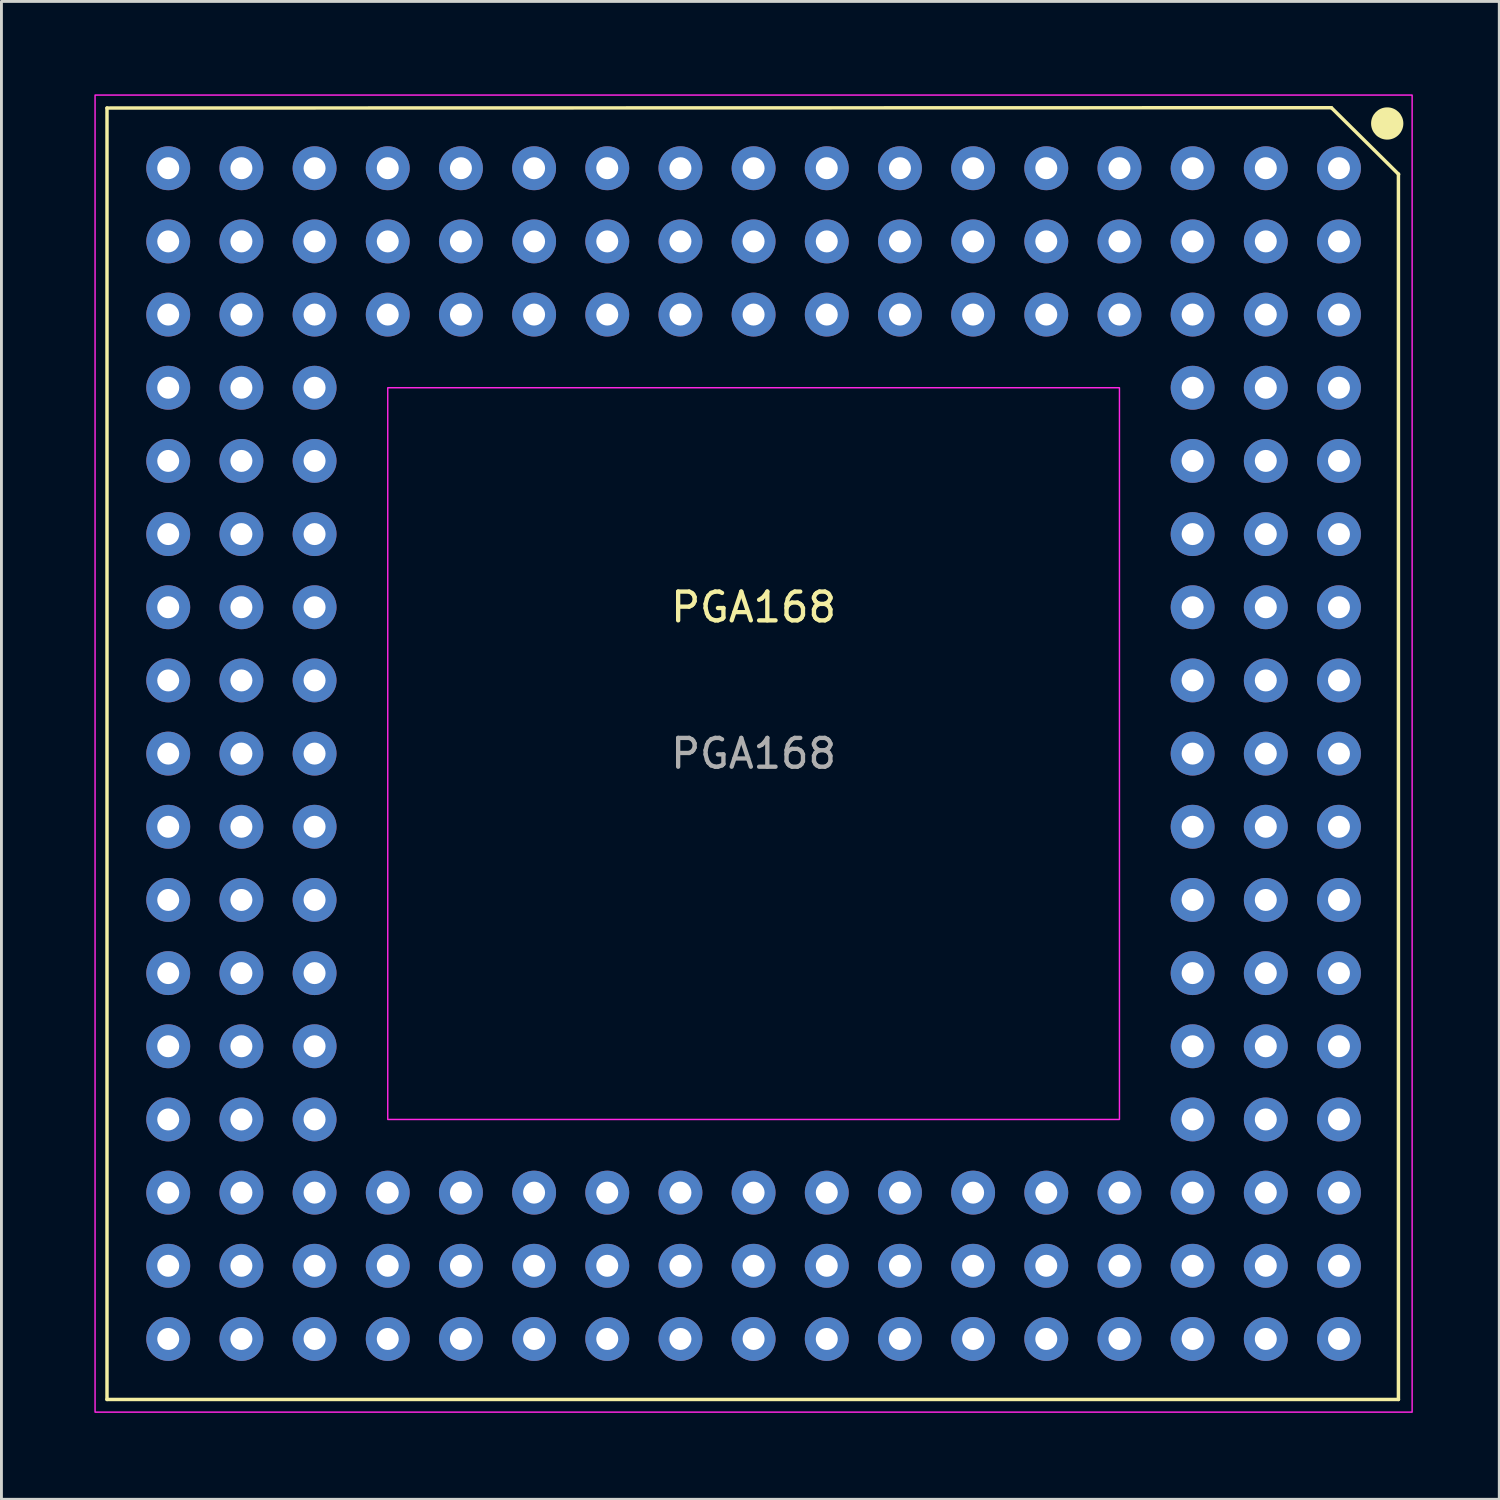
<source format=kicad_pcb>
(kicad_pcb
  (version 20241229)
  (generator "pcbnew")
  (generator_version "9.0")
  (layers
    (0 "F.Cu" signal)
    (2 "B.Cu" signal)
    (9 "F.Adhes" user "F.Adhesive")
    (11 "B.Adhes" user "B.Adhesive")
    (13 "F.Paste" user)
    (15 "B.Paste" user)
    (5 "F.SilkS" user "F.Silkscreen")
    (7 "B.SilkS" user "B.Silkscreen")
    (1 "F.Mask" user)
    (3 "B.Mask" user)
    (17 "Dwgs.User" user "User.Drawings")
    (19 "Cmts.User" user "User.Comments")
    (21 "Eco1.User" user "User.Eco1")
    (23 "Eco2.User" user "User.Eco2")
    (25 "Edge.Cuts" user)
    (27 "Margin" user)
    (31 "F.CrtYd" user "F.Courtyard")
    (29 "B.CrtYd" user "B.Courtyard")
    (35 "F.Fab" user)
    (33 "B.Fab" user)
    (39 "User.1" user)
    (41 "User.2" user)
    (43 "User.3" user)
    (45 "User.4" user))
  (footprint "PGA168"
    (layer "F.Cu")
    (at 0.25 0.25)
    (property "Reference" "PGA168" (at 22.86 17.78 0) (unlocked yes) (layer "F.SilkS") (effects (font (size 1 1) (thickness 0.15))))
    (attr through_hole)
    (fp_line (start 0.414 0.45) (end 0.414 45.28) (stroke (width 0.12) (type default)) (layer "F.SilkS"))
    (fp_line (start 0.414 45.28) (end 45.244 45.28) (stroke (width 0.12) (type default)) (layer "F.SilkS"))
    (fp_line (start 42.917 0.439) (end 0.414 0.45) (stroke (width 0.12) (type default)) (layer "F.SilkS"))
    (fp_line (start 45.244 45.28) (end 45.244 2.74) (stroke (width 0.12) (type default)) (layer "F.SilkS"))
    (fp_line (start 45.251 2.75) (end 42.917 0.439) (stroke (width 0.12) (type default)) (layer "F.SilkS"))
    (fp_circle (center 44.855 0.987) (end 45.355 0.987) (stroke (width 0.12) (type solid)) (fill yes) (layer "F.SilkS"))
    (fp_rect (start 0 0) (end 45.72 45.72) (stroke (width 0.05) (type default)) (fill no) (layer "F.CrtYd"))
    (fp_rect (start 10.16 10.16) (end 35.56 35.56) (stroke (width 0.05) (type default)) (fill no) (layer "F.CrtYd"))
    (fp_text user "${REFERENCE}" (at 22.86 22.86 0) (unlocked yes) (layer "F.Fab") (effects (font (size 1 1) (thickness 0.15))))
    (pad "A1" thru_hole circle (at 43.18 2.54) (size 1.524 1.524) (drill 0.762) (layers "*.Cu" "*.Mask"))
    (pad "A2" thru_hole circle (at 43.18 5.08) (size 1.524 1.524) (drill 0.762) (layers "*.Cu" "*.Mask"))
    (pad "A3" thru_hole circle (at 43.18 7.62) (size 1.524 1.524) (drill 0.762) (layers "*.Cu" "*.Mask"))
    (pad "A4" thru_hole circle (at 43.18 10.16) (size 1.524 1.524) (drill 0.762) (layers "*.Cu" "*.Mask"))
    (pad "A5" thru_hole circle (at 43.18 12.7) (size 1.524 1.524) (drill 0.762) (layers "*.Cu" "*.Mask"))
    (pad "A6" thru_hole circle (at 43.18 15.24) (size 1.524 1.524) (drill 0.762) (layers "*.Cu" "*.Mask"))
    (pad "A7" thru_hole circle (at 43.18 17.78) (size 1.524 1.524) (drill 0.762) (layers "*.Cu" "*.Mask"))
    (pad "A8" thru_hole circle (at 43.18 20.32) (size 1.524 1.524) (drill 0.762) (layers "*.Cu" "*.Mask"))
    (pad "A9" thru_hole circle (at 43.18 22.86) (size 1.524 1.524) (drill 0.762) (layers "*.Cu" "*.Mask"))
    (pad "A10" thru_hole circle (at 43.18 25.4) (size 1.524 1.524) (drill 0.762) (layers "*.Cu" "*.Mask"))
    (pad "A11" thru_hole circle (at 43.18 27.94) (size 1.524 1.524) (drill 0.762) (layers "*.Cu" "*.Mask"))
    (pad "A12" thru_hole circle (at 43.18 30.48) (size 1.524 1.524) (drill 0.762) (layers "*.Cu" "*.Mask"))
    (pad "A13" thru_hole circle (at 43.18 33.02) (size 1.524 1.524) (drill 0.762) (layers "*.Cu" "*.Mask"))
    (pad "A14" thru_hole circle (at 43.18 35.56) (size 1.524 1.524) (drill 0.762) (layers "*.Cu" "*.Mask"))
    (pad "A15" thru_hole circle (at 43.18 38.1) (size 1.524 1.524) (drill 0.762) (layers "*.Cu" "*.Mask"))
    (pad "A16" thru_hole circle (at 43.18 40.64) (size 1.524 1.524) (drill 0.762) (layers "*.Cu" "*.Mask"))
    (pad "A17" thru_hole circle (at 43.18 43.18) (size 1.524 1.524) (drill 0.762) (layers "*.Cu" "*.Mask"))
    (pad "B1" thru_hole circle (at 40.64 2.54) (size 1.524 1.524) (drill 0.762) (layers "*.Cu" "*.Mask"))
    (pad "B2" thru_hole circle (at 40.64 5.08) (size 1.524 1.524) (drill 0.762) (layers "*.Cu" "*.Mask"))
    (pad "B3" thru_hole circle (at 40.64 7.62) (size 1.524 1.524) (drill 0.762) (layers "*.Cu" "*.Mask"))
    (pad "B4" thru_hole circle (at 40.64 10.16) (size 1.524 1.524) (drill 0.762) (layers "*.Cu" "*.Mask"))
    (pad "B5" thru_hole circle (at 40.64 12.7) (size 1.524 1.524) (drill 0.762) (layers "*.Cu" "*.Mask"))
    (pad "B6" thru_hole circle (at 40.64 15.24) (size 1.524 1.524) (drill 0.762) (layers "*.Cu" "*.Mask"))
    (pad "B7" thru_hole circle (at 40.64 17.78) (size 1.524 1.524) (drill 0.762) (layers "*.Cu" "*.Mask"))
    (pad "B8" thru_hole circle (at 40.64 20.32) (size 1.524 1.524) (drill 0.762) (layers "*.Cu" "*.Mask"))
    (pad "B9" thru_hole circle (at 40.64 22.86) (size 1.524 1.524) (drill 0.762) (layers "*.Cu" "*.Mask"))
    (pad "B10" thru_hole circle (at 40.64 25.4) (size 1.524 1.524) (drill 0.762) (layers "*.Cu" "*.Mask"))
    (pad "B11" thru_hole circle (at 40.64 27.94) (size 1.524 1.524) (drill 0.762) (layers "*.Cu" "*.Mask"))
    (pad "B12" thru_hole circle (at 40.64 30.48) (size 1.524 1.524) (drill 0.762) (layers "*.Cu" "*.Mask"))
    (pad "B13" thru_hole circle (at 40.64 33.02) (size 1.524 1.524) (drill 0.762) (layers "*.Cu" "*.Mask"))
    (pad "B14" thru_hole circle (at 40.64 35.56) (size 1.524 1.524) (drill 0.762) (layers "*.Cu" "*.Mask"))
    (pad "B15" thru_hole circle (at 40.64 38.1) (size 1.524 1.524) (drill 0.762) (layers "*.Cu" "*.Mask"))
    (pad "B16" thru_hole circle (at 40.64 40.64) (size 1.524 1.524) (drill 0.762) (layers "*.Cu" "*.Mask"))
    (pad "B17" thru_hole circle (at 40.64 43.18) (size 1.524 1.524) (drill 0.762) (layers "*.Cu" "*.Mask"))
    (pad "C1" thru_hole circle (at 38.1 2.54) (size 1.524 1.524) (drill 0.762) (layers "*.Cu" "*.Mask"))
    (pad "C2" thru_hole circle (at 38.1 5.08) (size 1.524 1.524) (drill 0.762) (layers "*.Cu" "*.Mask"))
    (pad "C3" thru_hole circle (at 38.1 7.62) (size 1.524 1.524) (drill 0.762) (layers "*.Cu" "*.Mask"))
    (pad "C4" thru_hole circle (at 38.1 10.16) (size 1.524 1.524) (drill 0.762) (layers "*.Cu" "*.Mask"))
    (pad "C5" thru_hole circle (at 38.1 12.7) (size 1.524 1.524) (drill 0.762) (layers "*.Cu" "*.Mask"))
    (pad "C6" thru_hole circle (at 38.1 15.24) (size 1.524 1.524) (drill 0.762) (layers "*.Cu" "*.Mask"))
    (pad "C7" thru_hole circle (at 38.1 17.78) (size 1.524 1.524) (drill 0.762) (layers "*.Cu" "*.Mask"))
    (pad "C8" thru_hole circle (at 38.1 20.32) (size 1.524 1.524) (drill 0.762) (layers "*.Cu" "*.Mask"))
    (pad "C9" thru_hole circle (at 38.1 22.86) (size 1.524 1.524) (drill 0.762) (layers "*.Cu" "*.Mask"))
    (pad "C10" thru_hole circle (at 38.1 25.4) (size 1.524 1.524) (drill 0.762) (layers "*.Cu" "*.Mask"))
    (pad "C11" thru_hole circle (at 38.1 27.94) (size 1.524 1.524) (drill 0.762) (layers "*.Cu" "*.Mask"))
    (pad "C12" thru_hole circle (at 38.1 30.48) (size 1.524 1.524) (drill 0.762) (layers "*.Cu" "*.Mask"))
    (pad "C13" thru_hole circle (at 38.1 33.02) (size 1.524 1.524) (drill 0.762) (layers "*.Cu" "*.Mask"))
    (pad "C14" thru_hole circle (at 38.1 35.56) (size 1.524 1.524) (drill 0.762) (layers "*.Cu" "*.Mask"))
    (pad "C15" thru_hole circle (at 38.1 38.1) (size 1.524 1.524) (drill 0.762) (layers "*.Cu" "*.Mask"))
    (pad "C16" thru_hole circle (at 38.1 40.64) (size 1.524 1.524) (drill 0.762) (layers "*.Cu" "*.Mask"))
    (pad "C17" thru_hole circle (at 38.1 43.18) (size 1.524 1.524) (drill 0.762) (layers "*.Cu" "*.Mask"))
    (pad "D1" thru_hole circle (at 35.56 2.54) (size 1.524 1.524) (drill 0.762) (layers "*.Cu" "*.Mask"))
    (pad "D2" thru_hole circle (at 35.56 5.08) (size 1.524 1.524) (drill 0.762) (layers "*.Cu" "*.Mask"))
    (pad "D3" thru_hole circle (at 35.56 7.62) (size 1.524 1.524) (drill 0.762) (layers "*.Cu" "*.Mask"))
    (pad "D15" thru_hole circle (at 35.56 38.1) (size 1.524 1.524) (drill 0.762) (layers "*.Cu" "*.Mask"))
    (pad "D16" thru_hole circle (at 35.56 40.64) (size 1.524 1.524) (drill 0.762) (layers "*.Cu" "*.Mask"))
    (pad "D17" thru_hole circle (at 35.56 43.18) (size 1.524 1.524) (drill 0.762) (layers "*.Cu" "*.Mask"))
    (pad "E1" thru_hole circle (at 33.02 2.54) (size 1.524 1.524) (drill 0.762) (layers "*.Cu" "*.Mask"))
    (pad "E2" thru_hole circle (at 33.02 5.08) (size 1.524 1.524) (drill 0.762) (layers "*.Cu" "*.Mask"))
    (pad "E3" thru_hole circle (at 33.02 7.62) (size 1.524 1.524) (drill 0.762) (layers "*.Cu" "*.Mask"))
    (pad "E15" thru_hole circle (at 33.02 38.1) (size 1.524 1.524) (drill 0.762) (layers "*.Cu" "*.Mask"))
    (pad "E16" thru_hole circle (at 33.02 40.64) (size 1.524 1.524) (drill 0.762) (layers "*.Cu" "*.Mask"))
    (pad "E17" thru_hole circle (at 33.02 43.18) (size 1.524 1.524) (drill 0.762) (layers "*.Cu" "*.Mask"))
    (pad "F1" thru_hole circle (at 30.48 2.54) (size 1.524 1.524) (drill 0.762) (layers "*.Cu" "*.Mask"))
    (pad "F2" thru_hole circle (at 30.48 5.08) (size 1.524 1.524) (drill 0.762) (layers "*.Cu" "*.Mask"))
    (pad "F3" thru_hole circle (at 30.48 7.62) (size 1.524 1.524) (drill 0.762) (layers "*.Cu" "*.Mask"))
    (pad "F15" thru_hole circle (at 30.48 38.1) (size 1.524 1.524) (drill 0.762) (layers "*.Cu" "*.Mask"))
    (pad "F16" thru_hole circle (at 30.48 40.64) (size 1.524 1.524) (drill 0.762) (layers "*.Cu" "*.Mask"))
    (pad "F17" thru_hole circle (at 30.48 43.18) (size 1.524 1.524) (drill 0.762) (layers "*.Cu" "*.Mask"))
    (pad "G1" thru_hole circle (at 27.94 2.54) (size 1.524 1.524) (drill 0.762) (layers "*.Cu" "*.Mask"))
    (pad "G2" thru_hole circle (at 27.94 5.08) (size 1.524 1.524) (drill 0.762) (layers "*.Cu" "*.Mask"))
    (pad "G3" thru_hole circle (at 27.94 7.62) (size 1.524 1.524) (drill 0.762) (layers "*.Cu" "*.Mask"))
    (pad "G15" thru_hole circle (at 27.94 38.1) (size 1.524 1.524) (drill 0.762) (layers "*.Cu" "*.Mask"))
    (pad "G16" thru_hole circle (at 27.94 40.64) (size 1.524 1.524) (drill 0.762) (layers "*.Cu" "*.Mask"))
    (pad "G17" thru_hole circle (at 27.94 43.18) (size 1.524 1.524) (drill 0.762) (layers "*.Cu" "*.Mask"))
    (pad "H1" thru_hole circle (at 25.4 2.54) (size 1.524 1.524) (drill 0.762) (layers "*.Cu" "*.Mask"))
    (pad "H2" thru_hole circle (at 25.4 5.08) (size 1.524 1.524) (drill 0.762) (layers "*.Cu" "*.Mask"))
    (pad "H3" thru_hole circle (at 25.4 7.62) (size 1.524 1.524) (drill 0.762) (layers "*.Cu" "*.Mask"))
    (pad "H15" thru_hole circle (at 25.4 38.1) (size 1.524 1.524) (drill 0.762) (layers "*.Cu" "*.Mask"))
    (pad "H16" thru_hole circle (at 25.4 40.64) (size 1.524 1.524) (drill 0.762) (layers "*.Cu" "*.Mask"))
    (pad "H17" thru_hole circle (at 25.4 43.18) (size 1.524 1.524) (drill 0.762) (layers "*.Cu" "*.Mask"))
    (pad "J1" thru_hole circle (at 22.86 2.54) (size 1.524 1.524) (drill 0.762) (layers "*.Cu" "*.Mask"))
    (pad "J2" thru_hole circle (at 22.86 5.08) (size 1.524 1.524) (drill 0.762) (layers "*.Cu" "*.Mask"))
    (pad "J3" thru_hole circle (at 22.86 7.62) (size 1.524 1.524) (drill 0.762) (layers "*.Cu" "*.Mask"))
    (pad "J15" thru_hole circle (at 22.86 38.1) (size 1.524 1.524) (drill 0.762) (layers "*.Cu" "*.Mask"))
    (pad "J16" thru_hole circle (at 22.86 40.64) (size 1.524 1.524) (drill 0.762) (layers "*.Cu" "*.Mask"))
    (pad "J17" thru_hole circle (at 22.86 43.18) (size 1.524 1.524) (drill 0.762) (layers "*.Cu" "*.Mask"))
    (pad "K1" thru_hole circle (at 20.32 2.54) (size 1.524 1.524) (drill 0.762) (layers "*.Cu" "*.Mask"))
    (pad "K2" thru_hole circle (at 20.32 5.08) (size 1.524 1.524) (drill 0.762) (layers "*.Cu" "*.Mask"))
    (pad "K3" thru_hole circle (at 20.32 7.62) (size 1.524 1.524) (drill 0.762) (layers "*.Cu" "*.Mask"))
    (pad "K15" thru_hole circle (at 20.32 38.1) (size 1.524 1.524) (drill 0.762) (layers "*.Cu" "*.Mask"))
    (pad "K16" thru_hole circle (at 20.32 40.64) (size 1.524 1.524) (drill 0.762) (layers "*.Cu" "*.Mask"))
    (pad "K17" thru_hole circle (at 20.32 43.18) (size 1.524 1.524) (drill 0.762) (layers "*.Cu" "*.Mask"))
    (pad "L1" thru_hole circle (at 17.78 2.54) (size 1.524 1.524) (drill 0.762) (layers "*.Cu" "*.Mask"))
    (pad "L2" thru_hole circle (at 17.78 5.08) (size 1.524 1.524) (drill 0.762) (layers "*.Cu" "*.Mask"))
    (pad "L3" thru_hole circle (at 17.78 7.62) (size 1.524 1.524) (drill 0.762) (layers "*.Cu" "*.Mask"))
    (pad "L15" thru_hole circle (at 17.78 38.1) (size 1.524 1.524) (drill 0.762) (layers "*.Cu" "*.Mask"))
    (pad "L16" thru_hole circle (at 17.78 40.64) (size 1.524 1.524) (drill 0.762) (layers "*.Cu" "*.Mask"))
    (pad "L17" thru_hole circle (at 17.78 43.18) (size 1.524 1.524) (drill 0.762) (layers "*.Cu" "*.Mask"))
    (pad "M1" thru_hole circle (at 15.24 2.54) (size 1.524 1.524) (drill 0.762) (layers "*.Cu" "*.Mask"))
    (pad "M2" thru_hole circle (at 15.24 5.08) (size 1.524 1.524) (drill 0.762) (layers "*.Cu" "*.Mask"))
    (pad "M3" thru_hole circle (at 15.24 7.62) (size 1.524 1.524) (drill 0.762) (layers "*.Cu" "*.Mask"))
    (pad "M15" thru_hole circle (at 15.24 38.1) (size 1.524 1.524) (drill 0.762) (layers "*.Cu" "*.Mask"))
    (pad "M16" thru_hole circle (at 15.24 40.64) (size 1.524 1.524) (drill 0.762) (layers "*.Cu" "*.Mask"))
    (pad "M17" thru_hole circle (at 15.24 43.18) (size 1.524 1.524) (drill 0.762) (layers "*.Cu" "*.Mask"))
    (pad "N1" thru_hole circle (at 12.7 2.54) (size 1.524 1.524) (drill 0.762) (layers "*.Cu" "*.Mask"))
    (pad "N2" thru_hole circle (at 12.7 5.08) (size 1.524 1.524) (drill 0.762) (layers "*.Cu" "*.Mask"))
    (pad "N3" thru_hole circle (at 12.7 7.62) (size 1.524 1.524) (drill 0.762) (layers "*.Cu" "*.Mask"))
    (pad "N15" thru_hole circle (at 12.7 38.1) (size 1.524 1.524) (drill 0.762) (layers "*.Cu" "*.Mask"))
    (pad "N16" thru_hole circle (at 12.7 40.64) (size 1.524 1.524) (drill 0.762) (layers "*.Cu" "*.Mask"))
    (pad "N17" thru_hole circle (at 12.7 43.18) (size 1.524 1.524) (drill 0.762) (layers "*.Cu" "*.Mask"))
    (pad "P1" thru_hole circle (at 10.16 2.54) (size 1.524 1.524) (drill 0.762) (layers "*.Cu" "*.Mask"))
    (pad "P2" thru_hole circle (at 10.16 5.08) (size 1.524 1.524) (drill 0.762) (layers "*.Cu" "*.Mask"))
    (pad "P3" thru_hole circle (at 10.16 7.62) (size 1.524 1.524) (drill 0.762) (layers "*.Cu" "*.Mask"))
    (pad "P15" thru_hole circle (at 10.16 38.1) (size 1.524 1.524) (drill 0.762) (layers "*.Cu" "*.Mask"))
    (pad "P16" thru_hole circle (at 10.16 40.64) (size 1.524 1.524) (drill 0.762) (layers "*.Cu" "*.Mask"))
    (pad "P17" thru_hole circle (at 10.16 43.18) (size 1.524 1.524) (drill 0.762) (layers "*.Cu" "*.Mask"))
    (pad "Q1" thru_hole circle (at 7.62 2.54) (size 1.524 1.524) (drill 0.762) (layers "*.Cu" "*.Mask"))
    (pad "Q2" thru_hole circle (at 7.62 5.08) (size 1.524 1.524) (drill 0.762) (layers "*.Cu" "*.Mask"))
    (pad "Q3" thru_hole circle (at 7.62 7.62) (size 1.524 1.524) (drill 0.762) (layers "*.Cu" "*.Mask"))
    (pad "Q4" thru_hole circle (at 7.62 10.16) (size 1.524 1.524) (drill 0.762) (layers "*.Cu" "*.Mask"))
    (pad "Q5" thru_hole circle (at 7.62 12.7) (size 1.524 1.524) (drill 0.762) (layers "*.Cu" "*.Mask"))
    (pad "Q6" thru_hole circle (at 7.62 15.24) (size 1.524 1.524) (drill 0.762) (layers "*.Cu" "*.Mask"))
    (pad "Q7" thru_hole circle (at 7.62 17.78) (size 1.524 1.524) (drill 0.762) (layers "*.Cu" "*.Mask"))
    (pad "Q8" thru_hole circle (at 7.62 20.32) (size 1.524 1.524) (drill 0.762) (layers "*.Cu" "*.Mask"))
    (pad "Q9" thru_hole circle (at 7.62 22.86) (size 1.524 1.524) (drill 0.762) (layers "*.Cu" "*.Mask"))
    (pad "Q10" thru_hole circle (at 7.62 25.4) (size 1.524 1.524) (drill 0.762) (layers "*.Cu" "*.Mask"))
    (pad "Q11" thru_hole circle (at 7.62 27.94) (size 1.524 1.524) (drill 0.762) (layers "*.Cu" "*.Mask"))
    (pad "Q12" thru_hole circle (at 7.62 30.48) (size 1.524 1.524) (drill 0.762) (layers "*.Cu" "*.Mask"))
    (pad "Q13" thru_hole circle (at 7.62 33.02) (size 1.524 1.524) (drill 0.762) (layers "*.Cu" "*.Mask"))
    (pad "Q14" thru_hole circle (at 7.62 35.56) (size 1.524 1.524) (drill 0.762) (layers "*.Cu" "*.Mask"))
    (pad "Q15" thru_hole circle (at 7.62 38.1) (size 1.524 1.524) (drill 0.762) (layers "*.Cu" "*.Mask"))
    (pad "Q16" thru_hole circle (at 7.62 40.64) (size 1.524 1.524) (drill 0.762) (layers "*.Cu" "*.Mask"))
    (pad "Q17" thru_hole circle (at 7.62 43.18) (size 1.524 1.524) (drill 0.762) (layers "*.Cu" "*.Mask"))
    (pad "R1" thru_hole circle (at 5.08 2.54) (size 1.524 1.524) (drill 0.762) (layers "*.Cu" "*.Mask"))
    (pad "R2" thru_hole circle (at 5.08 5.08) (size 1.524 1.524) (drill 0.762) (layers "*.Cu" "*.Mask"))
    (pad "R3" thru_hole circle (at 5.08 7.62) (size 1.524 1.524) (drill 0.762) (layers "*.Cu" "*.Mask"))
    (pad "R4" thru_hole circle (at 5.08 10.16) (size 1.524 1.524) (drill 0.762) (layers "*.Cu" "*.Mask"))
    (pad "R5" thru_hole circle (at 5.08 12.7) (size 1.524 1.524) (drill 0.762) (layers "*.Cu" "*.Mask"))
    (pad "R6" thru_hole circle (at 5.08 15.24) (size 1.524 1.524) (drill 0.762) (layers "*.Cu" "*.Mask"))
    (pad "R7" thru_hole circle (at 5.08 17.78) (size 1.524 1.524) (drill 0.762) (layers "*.Cu" "*.Mask"))
    (pad "R8" thru_hole circle (at 5.08 20.32) (size 1.524 1.524) (drill 0.762) (layers "*.Cu" "*.Mask"))
    (pad "R9" thru_hole circle (at 5.08 22.86) (size 1.524 1.524) (drill 0.762) (layers "*.Cu" "*.Mask"))
    (pad "R10" thru_hole circle (at 5.08 25.4) (size 1.524 1.524) (drill 0.762) (layers "*.Cu" "*.Mask"))
    (pad "R11" thru_hole circle (at 5.08 27.94) (size 1.524 1.524) (drill 0.762) (layers "*.Cu" "*.Mask"))
    (pad "R12" thru_hole circle (at 5.08 30.48) (size 1.524 1.524) (drill 0.762) (layers "*.Cu" "*.Mask"))
    (pad "R13" thru_hole circle (at 5.08 33.02) (size 1.524 1.524) (drill 0.762) (layers "*.Cu" "*.Mask"))
    (pad "R14" thru_hole circle (at 5.08 35.56) (size 1.524 1.524) (drill 0.762) (layers "*.Cu" "*.Mask"))
    (pad "R15" thru_hole circle (at 5.08 38.1) (size 1.524 1.524) (drill 0.762) (layers "*.Cu" "*.Mask"))
    (pad "R16" thru_hole circle (at 5.08 40.64) (size 1.524 1.524) (drill 0.762) (layers "*.Cu" "*.Mask"))
    (pad "R17" thru_hole circle (at 5.08 43.18) (size 1.524 1.524) (drill 0.762) (layers "*.Cu" "*.Mask"))
    (pad "S1" thru_hole circle (at 2.54 2.54) (size 1.524 1.524) (drill 0.762) (layers "*.Cu" "*.Mask"))
    (pad "S2" thru_hole circle (at 2.54 5.08) (size 1.524 1.524) (drill 0.762) (layers "*.Cu" "*.Mask"))
    (pad "S3" thru_hole circle (at 2.54 7.62) (size 1.524 1.524) (drill 0.762) (layers "*.Cu" "*.Mask"))
    (pad "S4" thru_hole circle (at 2.54 10.16) (size 1.524 1.524) (drill 0.762) (layers "*.Cu" "*.Mask"))
    (pad "S5" thru_hole circle (at 2.54 12.7) (size 1.524 1.524) (drill 0.762) (layers "*.Cu" "*.Mask"))
    (pad "S6" thru_hole circle (at 2.54 15.24) (size 1.524 1.524) (drill 0.762) (layers "*.Cu" "*.Mask"))
    (pad "S7" thru_hole circle (at 2.54 17.78) (size 1.524 1.524) (drill 0.762) (layers "*.Cu" "*.Mask"))
    (pad "S8" thru_hole circle (at 2.54 20.32) (size 1.524 1.524) (drill 0.762) (layers "*.Cu" "*.Mask"))
    (pad "S9" thru_hole circle (at 2.54 22.86) (size 1.524 1.524) (drill 0.762) (layers "*.Cu" "*.Mask"))
    (pad "S10" thru_hole circle (at 2.54 25.4) (size 1.524 1.524) (drill 0.762) (layers "*.Cu" "*.Mask"))
    (pad "S11" thru_hole circle (at 2.54 27.94) (size 1.524 1.524) (drill 0.762) (layers "*.Cu" "*.Mask"))
    (pad "S12" thru_hole circle (at 2.54 30.48) (size 1.524 1.524) (drill 0.762) (layers "*.Cu" "*.Mask"))
    (pad "S13" thru_hole circle (at 2.54 33.02) (size 1.524 1.524) (drill 0.762) (layers "*.Cu" "*.Mask"))
    (pad "S14" thru_hole circle (at 2.54 35.56) (size 1.524 1.524) (drill 0.762) (layers "*.Cu" "*.Mask"))
    (pad "S15" thru_hole circle (at 2.54 38.1) (size 1.524 1.524) (drill 0.762) (layers "*.Cu" "*.Mask"))
    (pad "S16" thru_hole circle (at 2.54 40.64) (size 1.524 1.524) (drill 0.762) (layers "*.Cu" "*.Mask"))
    (pad "S17" thru_hole circle (at 2.54 43.18) (size 1.524 1.524) (drill 0.762) (layers "*.Cu" "*.Mask")))
  (gr_rect
    (start -3 -3)
    (end 48.995 48.995)
    (stroke (width 0.1) (type default))
    (fill no)
    (layer "Edge.Cuts")))
</source>
